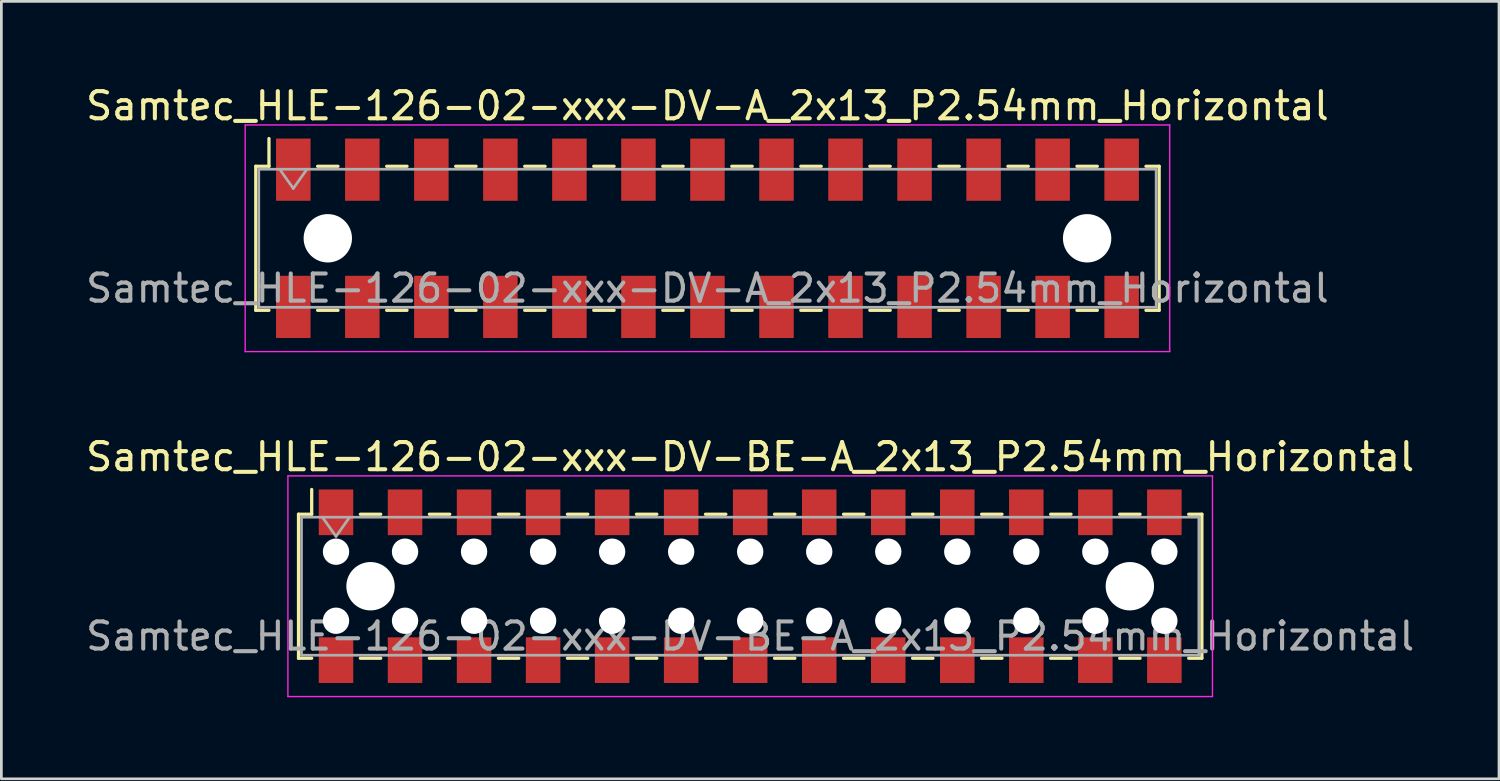
<source format=kicad_pcb>
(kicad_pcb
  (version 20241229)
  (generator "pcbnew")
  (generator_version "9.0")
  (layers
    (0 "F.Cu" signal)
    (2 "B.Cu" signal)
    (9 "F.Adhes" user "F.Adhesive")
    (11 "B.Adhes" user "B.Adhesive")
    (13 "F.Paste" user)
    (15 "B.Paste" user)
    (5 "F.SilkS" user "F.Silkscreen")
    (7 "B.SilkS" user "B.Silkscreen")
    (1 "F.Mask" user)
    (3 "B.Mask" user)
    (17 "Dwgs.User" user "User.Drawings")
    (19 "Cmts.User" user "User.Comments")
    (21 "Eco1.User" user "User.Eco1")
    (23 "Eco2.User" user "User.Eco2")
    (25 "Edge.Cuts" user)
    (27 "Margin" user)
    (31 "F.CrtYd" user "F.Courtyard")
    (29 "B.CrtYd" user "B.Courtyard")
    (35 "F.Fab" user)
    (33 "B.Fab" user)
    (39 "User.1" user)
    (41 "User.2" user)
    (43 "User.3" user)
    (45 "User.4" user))
  (footprint "Samtec_HLE-126-02-xxx-DV-A_2x13_P2.54mm_Horizontal"
    (layer "F.Cu")
    (at 22.982 5.718)
    (property "Reference" "Samtec_HLE-126-02-xxx-DV-A_2x13_P2.54mm_Horizontal" (at 0 -4.87 0) (layer "F.SilkS") (effects (font (size 1 1) (thickness 0.15))))
    (attr smd)
    (fp_line (start -16.62 -2.65) (end -16.62 2.65) (stroke (width 0.12) (type solid)) (layer "F.SilkS"))
    (fp_line (start -16.62 2.65) (end -16.135 2.65) (stroke (width 0.12) (type solid)) (layer "F.SilkS"))
    (fp_line (start -16.135 -3.67) (end -16.135 -2.65) (stroke (width 0.12) (type solid)) (layer "F.SilkS"))
    (fp_line (start -16.135 -2.65) (end -16.62 -2.65) (stroke (width 0.12) (type solid)) (layer "F.SilkS"))
    (fp_line (start -14.345 -2.65) (end -13.595 -2.65) (stroke (width 0.12) (type solid)) (layer "F.SilkS"))
    (fp_line (start -14.345 2.65) (end -13.595 2.65) (stroke (width 0.12) (type solid)) (layer "F.SilkS"))
    (fp_line (start -11.805 -2.65) (end -11.055 -2.65) (stroke (width 0.12) (type solid)) (layer "F.SilkS"))
    (fp_line (start -11.805 2.65) (end -11.055 2.65) (stroke (width 0.12) (type solid)) (layer "F.SilkS"))
    (fp_line (start -9.265 -2.65) (end -8.515 -2.65) (stroke (width 0.12) (type solid)) (layer "F.SilkS"))
    (fp_line (start -9.265 2.65) (end -8.515 2.65) (stroke (width 0.12) (type solid)) (layer "F.SilkS"))
    (fp_line (start -6.725 -2.65) (end -5.975 -2.65) (stroke (width 0.12) (type solid)) (layer "F.SilkS"))
    (fp_line (start -6.725 2.65) (end -5.975 2.65) (stroke (width 0.12) (type solid)) (layer "F.SilkS"))
    (fp_line (start -4.185 -2.65) (end -3.435 -2.65) (stroke (width 0.12) (type solid)) (layer "F.SilkS"))
    (fp_line (start -4.185 2.65) (end -3.435 2.65) (stroke (width 0.12) (type solid)) (layer "F.SilkS"))
    (fp_line (start -1.645 -2.65) (end -0.895 -2.65) (stroke (width 0.12) (type solid)) (layer "F.SilkS"))
    (fp_line (start -1.645 2.65) (end -0.895 2.65) (stroke (width 0.12) (type solid)) (layer "F.SilkS"))
    (fp_line (start 0.895 -2.65) (end 1.645 -2.65) (stroke (width 0.12) (type solid)) (layer "F.SilkS"))
    (fp_line (start 0.895 2.65) (end 1.645 2.65) (stroke (width 0.12) (type solid)) (layer "F.SilkS"))
    (fp_line (start 3.435 -2.65) (end 4.185 -2.65) (stroke (width 0.12) (type solid)) (layer "F.SilkS"))
    (fp_line (start 3.435 2.65) (end 4.185 2.65) (stroke (width 0.12) (type solid)) (layer "F.SilkS"))
    (fp_line (start 5.975 -2.65) (end 6.725 -2.65) (stroke (width 0.12) (type solid)) (layer "F.SilkS"))
    (fp_line (start 5.975 2.65) (end 6.725 2.65) (stroke (width 0.12) (type solid)) (layer "F.SilkS"))
    (fp_line (start 8.515 -2.65) (end 9.265 -2.65) (stroke (width 0.12) (type solid)) (layer "F.SilkS"))
    (fp_line (start 8.515 2.65) (end 9.265 2.65) (stroke (width 0.12) (type solid)) (layer "F.SilkS"))
    (fp_line (start 11.055 -2.65) (end 11.805 -2.65) (stroke (width 0.12) (type solid)) (layer "F.SilkS"))
    (fp_line (start 11.055 2.65) (end 11.805 2.65) (stroke (width 0.12) (type solid)) (layer "F.SilkS"))
    (fp_line (start 13.595 -2.65) (end 14.345 -2.65) (stroke (width 0.12) (type solid)) (layer "F.SilkS"))
    (fp_line (start 13.595 2.65) (end 14.345 2.65) (stroke (width 0.12) (type solid)) (layer "F.SilkS"))
    (fp_line (start 16.135 -2.65) (end 16.62 -2.65) (stroke (width 0.12) (type solid)) (layer "F.SilkS"))
    (fp_line (start 16.62 -2.65) (end 16.62 2.65) (stroke (width 0.12) (type solid)) (layer "F.SilkS"))
    (fp_line (start 16.62 2.65) (end 16.135 2.65) (stroke (width 0.12) (type solid)) (layer "F.SilkS"))
    (fp_line (start -17.01 -4.17) (end 17.01 -4.17) (stroke (width 0.05) (type solid)) (layer "F.CrtYd"))
    (fp_line (start -17.01 4.17) (end -17.01 -4.17) (stroke (width 0.05) (type solid)) (layer "F.CrtYd"))
    (fp_line (start 17.01 -4.17) (end 17.01 4.17) (stroke (width 0.05) (type solid)) (layer "F.CrtYd"))
    (fp_line (start 17.01 4.17) (end -17.01 4.17) (stroke (width 0.05) (type solid)) (layer "F.CrtYd"))
    (fp_line (start -16.51 -2.54) (end 16.51 -2.54) (stroke (width 0.1) (type solid)) (layer "F.Fab"))
    (fp_line (start -16.51 2.54) (end -16.51 -2.54) (stroke (width 0.1) (type solid)) (layer "F.Fab"))
    (fp_line (start -15.74 -2.54) (end -15.24 -1.833) (stroke (width 0.1) (type solid)) (layer "F.Fab"))
    (fp_line (start -15.24 -1.833) (end -14.74 -2.54) (stroke (width 0.1) (type solid)) (layer "F.Fab"))
    (fp_line (start 16.51 -2.54) (end 16.51 2.54) (stroke (width 0.1) (type solid)) (layer "F.Fab"))
    (fp_line (start 16.51 2.54) (end -16.51 2.54) (stroke (width 0.1) (type solid)) (layer "F.Fab"))
    (fp_text user "${REFERENCE}" (at 0 1.84 0) (layer "F.Fab") (effects (font (size 1 1) (thickness 0.15))))
    (pad "" np_thru_hole circle (at -13.97 0) (size 1.78 1.78) (drill 1.78) (layers "*.Cu" "*.Mask"))
    (pad "" np_thru_hole circle (at 13.97 0) (size 1.78 1.78) (drill 1.78) (layers "*.Cu" "*.Mask"))
    (pad "1" smd rect (at -15.24 -2.525) (size 1.27 2.29) (layers "F.Cu" "F.Mask" "F.Paste"))
    (pad "2" smd rect (at -15.24 2.525) (size 1.27 2.29) (layers "F.Cu" "F.Mask" "F.Paste"))
    (pad "3" smd rect (at -12.7 -2.525) (size 1.27 2.29) (layers "F.Cu" "F.Mask" "F.Paste"))
    (pad "4" smd rect (at -12.7 2.525) (size 1.27 2.29) (layers "F.Cu" "F.Mask" "F.Paste"))
    (pad "5" smd rect (at -10.16 -2.525) (size 1.27 2.29) (layers "F.Cu" "F.Mask" "F.Paste"))
    (pad "6" smd rect (at -10.16 2.525) (size 1.27 2.29) (layers "F.Cu" "F.Mask" "F.Paste"))
    (pad "7" smd rect (at -7.62 -2.525) (size 1.27 2.29) (layers "F.Cu" "F.Mask" "F.Paste"))
    (pad "8" smd rect (at -7.62 2.525) (size 1.27 2.29) (layers "F.Cu" "F.Mask" "F.Paste"))
    (pad "9" smd rect (at -5.08 -2.525) (size 1.27 2.29) (layers "F.Cu" "F.Mask" "F.Paste"))
    (pad "10" smd rect (at -5.08 2.525) (size 1.27 2.29) (layers "F.Cu" "F.Mask" "F.Paste"))
    (pad "11" smd rect (at -2.54 -2.525) (size 1.27 2.29) (layers "F.Cu" "F.Mask" "F.Paste"))
    (pad "12" smd rect (at -2.54 2.525) (size 1.27 2.29) (layers "F.Cu" "F.Mask" "F.Paste"))
    (pad "13" smd rect (at 0 -2.525) (size 1.27 2.29) (layers "F.Cu" "F.Mask" "F.Paste"))
    (pad "14" smd rect (at 0 2.525) (size 1.27 2.29) (layers "F.Cu" "F.Mask" "F.Paste"))
    (pad "15" smd rect (at 2.54 -2.525) (size 1.27 2.29) (layers "F.Cu" "F.Mask" "F.Paste"))
    (pad "16" smd rect (at 2.54 2.525) (size 1.27 2.29) (layers "F.Cu" "F.Mask" "F.Paste"))
    (pad "17" smd rect (at 5.08 -2.525) (size 1.27 2.29) (layers "F.Cu" "F.Mask" "F.Paste"))
    (pad "18" smd rect (at 5.08 2.525) (size 1.27 2.29) (layers "F.Cu" "F.Mask" "F.Paste"))
    (pad "19" smd rect (at 7.62 -2.525) (size 1.27 2.29) (layers "F.Cu" "F.Mask" "F.Paste"))
    (pad "20" smd rect (at 7.62 2.525) (size 1.27 2.29) (layers "F.Cu" "F.Mask" "F.Paste"))
    (pad "21" smd rect (at 10.16 -2.525) (size 1.27 2.29) (layers "F.Cu" "F.Mask" "F.Paste"))
    (pad "22" smd rect (at 10.16 2.525) (size 1.27 2.29) (layers "F.Cu" "F.Mask" "F.Paste"))
    (pad "23" smd rect (at 12.7 -2.525) (size 1.27 2.29) (layers "F.Cu" "F.Mask" "F.Paste"))
    (pad "24" smd rect (at 12.7 2.525) (size 1.27 2.29) (layers "F.Cu" "F.Mask" "F.Paste"))
    (pad "25" smd rect (at 15.24 -2.525) (size 1.27 2.29) (layers "F.Cu" "F.Mask" "F.Paste"))
    (pad "26" smd rect (at 15.24 2.525) (size 1.27 2.29) (layers "F.Cu" "F.Mask" "F.Paste")))
  (footprint "Samtec_HLE-126-02-xxx-DV-BE-A_2x13_P2.54mm_Horizontal"
    (layer "F.Cu")
    (at 24.554 18.521)
    (property "Reference" "Samtec_HLE-126-02-xxx-DV-BE-A_2x13_P2.54mm_Horizontal" (at 0 -4.76 0) (layer "F.SilkS") (effects (font (size 1 1) (thickness 0.15))))
    (attr smd)
    (fp_line (start -16.62 -2.65) (end -16.62 2.65) (stroke (width 0.12) (type solid)) (layer "F.SilkS"))
    (fp_line (start -16.62 2.65) (end -16.135 2.65) (stroke (width 0.12) (type solid)) (layer "F.SilkS"))
    (fp_line (start -16.135 -3.56) (end -16.135 -2.65) (stroke (width 0.12) (type solid)) (layer "F.SilkS"))
    (fp_line (start -16.135 -2.65) (end -16.62 -2.65) (stroke (width 0.12) (type solid)) (layer "F.SilkS"))
    (fp_line (start -14.345 -2.65) (end -13.595 -2.65) (stroke (width 0.12) (type solid)) (layer "F.SilkS"))
    (fp_line (start -14.345 2.65) (end -13.595 2.65) (stroke (width 0.12) (type solid)) (layer "F.SilkS"))
    (fp_line (start -11.805 -2.65) (end -11.055 -2.65) (stroke (width 0.12) (type solid)) (layer "F.SilkS"))
    (fp_line (start -11.805 2.65) (end -11.055 2.65) (stroke (width 0.12) (type solid)) (layer "F.SilkS"))
    (fp_line (start -9.265 -2.65) (end -8.515 -2.65) (stroke (width 0.12) (type solid)) (layer "F.SilkS"))
    (fp_line (start -9.265 2.65) (end -8.515 2.65) (stroke (width 0.12) (type solid)) (layer "F.SilkS"))
    (fp_line (start -6.725 -2.65) (end -5.975 -2.65) (stroke (width 0.12) (type solid)) (layer "F.SilkS"))
    (fp_line (start -6.725 2.65) (end -5.975 2.65) (stroke (width 0.12) (type solid)) (layer "F.SilkS"))
    (fp_line (start -4.185 -2.65) (end -3.435 -2.65) (stroke (width 0.12) (type solid)) (layer "F.SilkS"))
    (fp_line (start -4.185 2.65) (end -3.435 2.65) (stroke (width 0.12) (type solid)) (layer "F.SilkS"))
    (fp_line (start -1.645 -2.65) (end -0.895 -2.65) (stroke (width 0.12) (type solid)) (layer "F.SilkS"))
    (fp_line (start -1.645 2.65) (end -0.895 2.65) (stroke (width 0.12) (type solid)) (layer "F.SilkS"))
    (fp_line (start 0.895 -2.65) (end 1.645 -2.65) (stroke (width 0.12) (type solid)) (layer "F.SilkS"))
    (fp_line (start 0.895 2.65) (end 1.645 2.65) (stroke (width 0.12) (type solid)) (layer "F.SilkS"))
    (fp_line (start 3.435 -2.65) (end 4.185 -2.65) (stroke (width 0.12) (type solid)) (layer "F.SilkS"))
    (fp_line (start 3.435 2.65) (end 4.185 2.65) (stroke (width 0.12) (type solid)) (layer "F.SilkS"))
    (fp_line (start 5.975 -2.65) (end 6.725 -2.65) (stroke (width 0.12) (type solid)) (layer "F.SilkS"))
    (fp_line (start 5.975 2.65) (end 6.725 2.65) (stroke (width 0.12) (type solid)) (layer "F.SilkS"))
    (fp_line (start 8.515 -2.65) (end 9.265 -2.65) (stroke (width 0.12) (type solid)) (layer "F.SilkS"))
    (fp_line (start 8.515 2.65) (end 9.265 2.65) (stroke (width 0.12) (type solid)) (layer "F.SilkS"))
    (fp_line (start 11.055 -2.65) (end 11.805 -2.65) (stroke (width 0.12) (type solid)) (layer "F.SilkS"))
    (fp_line (start 11.055 2.65) (end 11.805 2.65) (stroke (width 0.12) (type solid)) (layer "F.SilkS"))
    (fp_line (start 13.595 -2.65) (end 14.345 -2.65) (stroke (width 0.12) (type solid)) (layer "F.SilkS"))
    (fp_line (start 13.595 2.65) (end 14.345 2.65) (stroke (width 0.12) (type solid)) (layer "F.SilkS"))
    (fp_line (start 16.135 -2.65) (end 16.62 -2.65) (stroke (width 0.12) (type solid)) (layer "F.SilkS"))
    (fp_line (start 16.62 -2.65) (end 16.62 2.65) (stroke (width 0.12) (type solid)) (layer "F.SilkS"))
    (fp_line (start 16.62 2.65) (end 16.135 2.65) (stroke (width 0.12) (type solid)) (layer "F.SilkS"))
    (fp_line (start -17.01 -4.06) (end 17.01 -4.06) (stroke (width 0.05) (type solid)) (layer "F.CrtYd"))
    (fp_line (start -17.01 4.06) (end -17.01 -4.06) (stroke (width 0.05) (type solid)) (layer "F.CrtYd"))
    (fp_line (start 17.01 -4.06) (end 17.01 4.06) (stroke (width 0.05) (type solid)) (layer "F.CrtYd"))
    (fp_line (start 17.01 4.06) (end -17.01 4.06) (stroke (width 0.05) (type solid)) (layer "F.CrtYd"))
    (fp_line (start -16.51 -2.54) (end 16.51 -2.54) (stroke (width 0.1) (type solid)) (layer "F.Fab"))
    (fp_line (start -16.51 2.54) (end -16.51 -2.54) (stroke (width 0.1) (type solid)) (layer "F.Fab"))
    (fp_line (start -15.74 -2.54) (end -15.24 -1.833) (stroke (width 0.1) (type solid)) (layer "F.Fab"))
    (fp_line (start -15.24 -1.833) (end -14.74 -2.54) (stroke (width 0.1) (type solid)) (layer "F.Fab"))
    (fp_line (start 16.51 -2.54) (end 16.51 2.54) (stroke (width 0.1) (type solid)) (layer "F.Fab"))
    (fp_line (start 16.51 2.54) (end -16.51 2.54) (stroke (width 0.1) (type solid)) (layer "F.Fab"))
    (fp_text user "${REFERENCE}" (at 0 1.84 0) (layer "F.Fab") (effects (font (size 1 1) (thickness 0.15))))
    (pad "" np_thru_hole circle (at -15.24 -1.27) (size 0.97 0.97) (drill 0.97) (layers "*.Cu" "*.Mask"))
    (pad "" np_thru_hole circle (at -15.24 1.27) (size 0.97 0.97) (drill 0.97) (layers "*.Cu" "*.Mask"))
    (pad "" np_thru_hole circle (at -13.97 0) (size 1.78 1.78) (drill 1.78) (layers "*.Cu" "*.Mask"))
    (pad "" np_thru_hole circle (at -12.7 -1.27) (size 0.97 0.97) (drill 0.97) (layers "*.Cu" "*.Mask"))
    (pad "" np_thru_hole circle (at -12.7 1.27) (size 0.97 0.97) (drill 0.97) (layers "*.Cu" "*.Mask"))
    (pad "" np_thru_hole circle (at -10.16 -1.27) (size 0.97 0.97) (drill 0.97) (layers "*.Cu" "*.Mask"))
    (pad "" np_thru_hole circle (at -10.16 1.27) (size 0.97 0.97) (drill 0.97) (layers "*.Cu" "*.Mask"))
    (pad "" np_thru_hole circle (at -7.62 -1.27) (size 0.97 0.97) (drill 0.97) (layers "*.Cu" "*.Mask"))
    (pad "" np_thru_hole circle (at -7.62 1.27) (size 0.97 0.97) (drill 0.97) (layers "*.Cu" "*.Mask"))
    (pad "" np_thru_hole circle (at -5.08 -1.27) (size 0.97 0.97) (drill 0.97) (layers "*.Cu" "*.Mask"))
    (pad "" np_thru_hole circle (at -5.08 1.27) (size 0.97 0.97) (drill 0.97) (layers "*.Cu" "*.Mask"))
    (pad "" np_thru_hole circle (at -2.54 -1.27) (size 0.97 0.97) (drill 0.97) (layers "*.Cu" "*.Mask"))
    (pad "" np_thru_hole circle (at -2.54 1.27) (size 0.97 0.97) (drill 0.97) (layers "*.Cu" "*.Mask"))
    (pad "" np_thru_hole circle (at 0 -1.27) (size 0.97 0.97) (drill 0.97) (layers "*.Cu" "*.Mask"))
    (pad "" np_thru_hole circle (at 0 1.27) (size 0.97 0.97) (drill 0.97) (layers "*.Cu" "*.Mask"))
    (pad "" np_thru_hole circle (at 2.54 -1.27) (size 0.97 0.97) (drill 0.97) (layers "*.Cu" "*.Mask"))
    (pad "" np_thru_hole circle (at 2.54 1.27) (size 0.97 0.97) (drill 0.97) (layers "*.Cu" "*.Mask"))
    (pad "" np_thru_hole circle (at 5.08 -1.27) (size 0.97 0.97) (drill 0.97) (layers "*.Cu" "*.Mask"))
    (pad "" np_thru_hole circle (at 5.08 1.27) (size 0.97 0.97) (drill 0.97) (layers "*.Cu" "*.Mask"))
    (pad "" np_thru_hole circle (at 7.62 -1.27) (size 0.97 0.97) (drill 0.97) (layers "*.Cu" "*.Mask"))
    (pad "" np_thru_hole circle (at 7.62 1.27) (size 0.97 0.97) (drill 0.97) (layers "*.Cu" "*.Mask"))
    (pad "" np_thru_hole circle (at 10.16 -1.27) (size 0.97 0.97) (drill 0.97) (layers "*.Cu" "*.Mask"))
    (pad "" np_thru_hole circle (at 10.16 1.27) (size 0.97 0.97) (drill 0.97) (layers "*.Cu" "*.Mask"))
    (pad "" np_thru_hole circle (at 12.7 -1.27) (size 0.97 0.97) (drill 0.97) (layers "*.Cu" "*.Mask"))
    (pad "" np_thru_hole circle (at 12.7 1.27) (size 0.97 0.97) (drill 0.97) (layers "*.Cu" "*.Mask"))
    (pad "" np_thru_hole circle (at 13.97 0) (size 1.78 1.78) (drill 1.78) (layers "*.Cu" "*.Mask"))
    (pad "" np_thru_hole circle (at 15.24 -1.27) (size 0.97 0.97) (drill 0.97) (layers "*.Cu" "*.Mask"))
    (pad "" np_thru_hole circle (at 15.24 1.27) (size 0.97 0.97) (drill 0.97) (layers "*.Cu" "*.Mask"))
    (pad "1" smd rect (at -15.24 -2.72) (size 1.27 1.68) (layers "F.Cu" "F.Mask" "F.Paste"))
    (pad "2" smd rect (at -15.24 2.72) (size 1.27 1.68) (layers "F.Cu" "F.Mask" "F.Paste"))
    (pad "3" smd rect (at -12.7 -2.72) (size 1.27 1.68) (layers "F.Cu" "F.Mask" "F.Paste"))
    (pad "4" smd rect (at -12.7 2.72) (size 1.27 1.68) (layers "F.Cu" "F.Mask" "F.Paste"))
    (pad "5" smd rect (at -10.16 -2.72) (size 1.27 1.68) (layers "F.Cu" "F.Mask" "F.Paste"))
    (pad "6" smd rect (at -10.16 2.72) (size 1.27 1.68) (layers "F.Cu" "F.Mask" "F.Paste"))
    (pad "7" smd rect (at -7.62 -2.72) (size 1.27 1.68) (layers "F.Cu" "F.Mask" "F.Paste"))
    (pad "8" smd rect (at -7.62 2.72) (size 1.27 1.68) (layers "F.Cu" "F.Mask" "F.Paste"))
    (pad "9" smd rect (at -5.08 -2.72) (size 1.27 1.68) (layers "F.Cu" "F.Mask" "F.Paste"))
    (pad "10" smd rect (at -5.08 2.72) (size 1.27 1.68) (layers "F.Cu" "F.Mask" "F.Paste"))
    (pad "11" smd rect (at -2.54 -2.72) (size 1.27 1.68) (layers "F.Cu" "F.Mask" "F.Paste"))
    (pad "12" smd rect (at -2.54 2.72) (size 1.27 1.68) (layers "F.Cu" "F.Mask" "F.Paste"))
    (pad "13" smd rect (at 0 -2.72) (size 1.27 1.68) (layers "F.Cu" "F.Mask" "F.Paste"))
    (pad "14" smd rect (at 0 2.72) (size 1.27 1.68) (layers "F.Cu" "F.Mask" "F.Paste"))
    (pad "15" smd rect (at 2.54 -2.72) (size 1.27 1.68) (layers "F.Cu" "F.Mask" "F.Paste"))
    (pad "16" smd rect (at 2.54 2.72) (size 1.27 1.68) (layers "F.Cu" "F.Mask" "F.Paste"))
    (pad "17" smd rect (at 5.08 -2.72) (size 1.27 1.68) (layers "F.Cu" "F.Mask" "F.Paste"))
    (pad "18" smd rect (at 5.08 2.72) (size 1.27 1.68) (layers "F.Cu" "F.Mask" "F.Paste"))
    (pad "19" smd rect (at 7.62 -2.72) (size 1.27 1.68) (layers "F.Cu" "F.Mask" "F.Paste"))
    (pad "20" smd rect (at 7.62 2.72) (size 1.27 1.68) (layers "F.Cu" "F.Mask" "F.Paste"))
    (pad "21" smd rect (at 10.16 -2.72) (size 1.27 1.68) (layers "F.Cu" "F.Mask" "F.Paste"))
    (pad "22" smd rect (at 10.16 2.72) (size 1.27 1.68) (layers "F.Cu" "F.Mask" "F.Paste"))
    (pad "23" smd rect (at 12.7 -2.72) (size 1.27 1.68) (layers "F.Cu" "F.Mask" "F.Paste"))
    (pad "24" smd rect (at 12.7 2.72) (size 1.27 1.68) (layers "F.Cu" "F.Mask" "F.Paste"))
    (pad "25" smd rect (at 15.24 -2.72) (size 1.27 1.68) (layers "F.Cu" "F.Mask" "F.Paste"))
    (pad "26" smd rect (at 15.24 2.72) (size 1.27 1.68) (layers "F.Cu" "F.Mask" "F.Paste")))
  (gr_rect
    (start -3 -3)
    (end 52.107 25.607)
    (stroke (width 0.1) (type default))
    (fill no)
    (layer "Edge.Cuts")))
</source>
